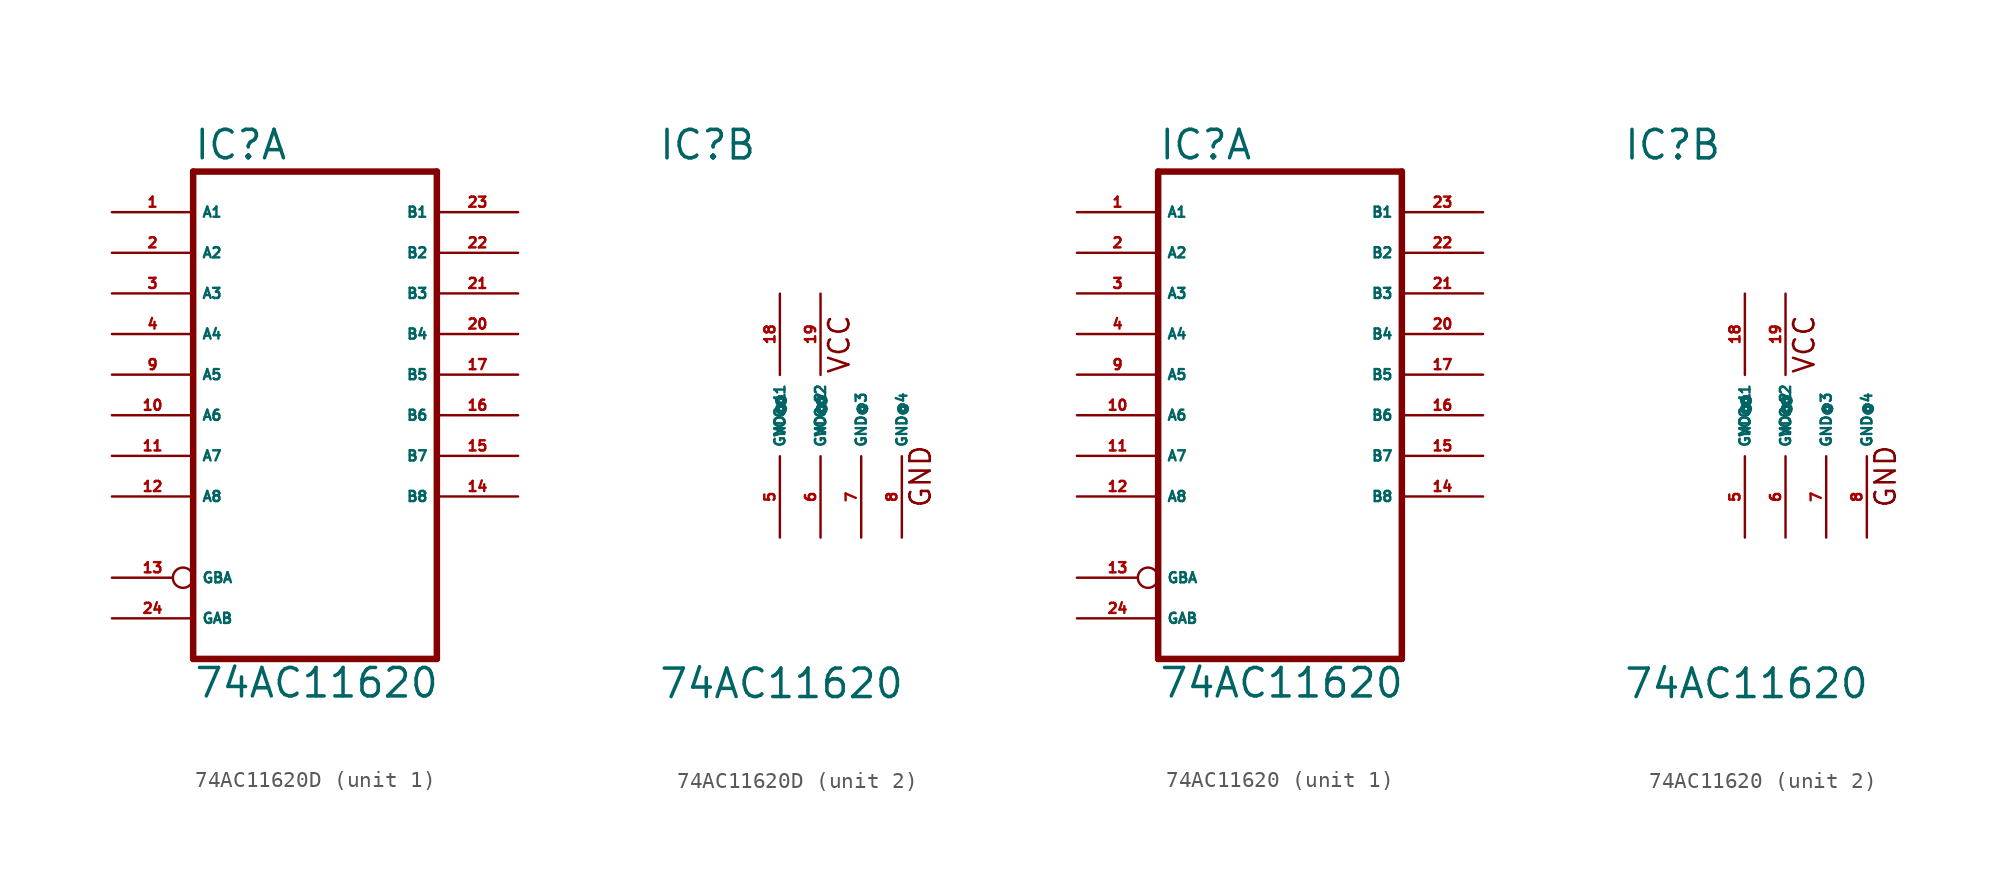
<source format=kicad_sym>
(kicad_symbol_lib
  (version 20220914)
  (generator Eagle2Kicad)
  (symbol "74AC11620D"
    (property "Reference" "IC"
      (at -7.62 15.875 0)
      (effects (font (size 1.778 1.778) (thickness 0.22)) (justify left bottom)))
    (property "Value" "74AC11620"
      (at -7.62 -17.78 0)
      (effects (font (size 1.778 1.778) (thickness 0.22)) (justify left bottom)))
    (symbol "74AC11620D_1_0"
      (polyline (pts (xy -7.62 -15.24) (xy 7.62 -15.24)) (stroke (width 0.406) (type default)) (fill (type none)))
      (polyline (pts (xy 7.62 -15.24) (xy 7.62 15.24)) (stroke (width 0.406) (type default)) (fill (type none)))
      (polyline (pts (xy 7.62 15.24) (xy -7.62 15.24)) (stroke (width 0.406) (type default)) (fill (type none)))
      (polyline (pts (xy -7.62 15.24) (xy -7.62 -15.24)) (stroke (width 0.406) (type default)) (fill (type none)))
      (pin bidirectional line (at -12.7 12.7 0) (length 5.08) (name "A1" (effects (font (size 0.635 0.635) (thickness 0.08)) (justify left bottom))) (number "1" (effects (font (size 0.635 0.635) (thickness 0.08)) (justify left bottom))))
      (pin bidirectional line (at -12.7 10.16 0) (length 5.08) (name "A2" (effects (font (size 0.635 0.635) (thickness 0.08)) (justify left bottom))) (number "2" (effects (font (size 0.635 0.635) (thickness 0.08)) (justify left bottom))))
      (pin bidirectional line (at -12.7 7.62 0) (length 5.08) (name "A3" (effects (font (size 0.635 0.635) (thickness 0.08)) (justify left bottom))) (number "3" (effects (font (size 0.635 0.635) (thickness 0.08)) (justify left bottom))))
      (pin bidirectional line (at -12.7 5.08 0) (length 5.08) (name "A4" (effects (font (size 0.635 0.635) (thickness 0.08)) (justify left bottom))) (number "4" (effects (font (size 0.635 0.635) (thickness 0.08)) (justify left bottom))))
      (pin bidirectional line (at -12.7 2.54 0) (length 5.08) (name "A5" (effects (font (size 0.635 0.635) (thickness 0.08)) (justify left bottom))) (number "9" (effects (font (size 0.635 0.635) (thickness 0.08)) (justify left bottom))))
      (pin bidirectional line (at -12.7 0 0) (length 5.08) (name "A6" (effects (font (size 0.635 0.635) (thickness 0.08)) (justify left bottom))) (number "10" (effects (font (size 0.635 0.635) (thickness 0.08)) (justify left bottom))))
      (pin bidirectional line (at -12.7 -2.54 0) (length 5.08) (name "A7" (effects (font (size 0.635 0.635) (thickness 0.08)) (justify left bottom))) (number "11" (effects (font (size 0.635 0.635) (thickness 0.08)) (justify left bottom))))
      (pin bidirectional line (at -12.7 -5.08 0) (length 5.08) (name "A8" (effects (font (size 0.635 0.635) (thickness 0.08)) (justify left bottom))) (number "12" (effects (font (size 0.635 0.635) (thickness 0.08)) (justify left bottom))))
      (pin input inverted (at -12.7 -10.16 0) (length 5.08) (name "GBA" (effects (font (size 0.635 0.635) (thickness 0.08)) (justify left bottom))) (number "13" (effects (font (size 0.635 0.635) (thickness 0.08)) (justify left bottom))))
      (pin bidirectional line (at 12.7 -5.08 180) (length 5.08) (name "B8" (effects (font (size 0.635 0.635) (thickness 0.08)) (justify left bottom))) (number "14" (effects (font (size 0.635 0.635) (thickness 0.08)) (justify left bottom))))
      (pin bidirectional line (at 12.7 -2.54 180) (length 5.08) (name "B7" (effects (font (size 0.635 0.635) (thickness 0.08)) (justify left bottom))) (number "15" (effects (font (size 0.635 0.635) (thickness 0.08)) (justify left bottom))))
      (pin bidirectional line (at 12.7 0 180) (length 5.08) (name "B6" (effects (font (size 0.635 0.635) (thickness 0.08)) (justify left bottom))) (number "16" (effects (font (size 0.635 0.635) (thickness 0.08)) (justify left bottom))))
      (pin bidirectional line (at 12.7 2.54 180) (length 5.08) (name "B5" (effects (font (size 0.635 0.635) (thickness 0.08)) (justify left bottom))) (number "17" (effects (font (size 0.635 0.635) (thickness 0.08)) (justify left bottom))))
      (pin bidirectional line (at 12.7 5.08 180) (length 5.08) (name "B4" (effects (font (size 0.635 0.635) (thickness 0.08)) (justify left bottom))) (number "20" (effects (font (size 0.635 0.635) (thickness 0.08)) (justify left bottom))))
      (pin bidirectional line (at 12.7 7.62 180) (length 5.08) (name "B3" (effects (font (size 0.635 0.635) (thickness 0.08)) (justify left bottom))) (number "21" (effects (font (size 0.635 0.635) (thickness 0.08)) (justify left bottom))))
      (pin bidirectional line (at 12.7 10.16 180) (length 5.08) (name "B2" (effects (font (size 0.635 0.635) (thickness 0.08)) (justify left bottom))) (number "22" (effects (font (size 0.635 0.635) (thickness 0.08)) (justify left bottom))))
      (pin bidirectional line (at 12.7 12.7 180) (length 5.08) (name "B1" (effects (font (size 0.635 0.635) (thickness 0.08)) (justify left bottom))) (number "23" (effects (font (size 0.635 0.635) (thickness 0.08)) (justify left bottom))))
      (pin input line (at -12.7 -12.7 0) (length 5.08) (name "GAB" (effects (font (size 0.635 0.635) (thickness 0.08)) (justify left bottom))) (number "24" (effects (font (size 0.635 0.635) (thickness 0.08)) (justify left bottom)))))
    (symbol "74AC11620D_2_0"
      (text "VCC" (at 4.445 2.54 900) (effects (font (size 1.27 1.27) (thickness 0.16)) (justify left bottom)))
      (text "GND" (at 9.525 -5.842 900) (effects (font (size 1.27 1.27) (thickness 0.16)) (justify left bottom)))
      (pin unspecified line (at 0 -7.62 90) (length 5.08) (name "GND@1" (effects (font (size 0.635 0.635) (thickness 0.08)) (justify left bottom))) (number "5" (effects (font (size 0.635 0.635) (thickness 0.08)) (justify left bottom))))
      (pin unspecified line (at 2.54 -7.62 90) (length 5.08) (name "GND@2" (effects (font (size 0.635 0.635) (thickness 0.08)) (justify left bottom))) (number "6" (effects (font (size 0.635 0.635) (thickness 0.08)) (justify left bottom))))
      (pin unspecified line (at 5.08 -7.62 90) (length 5.08) (name "GND@3" (effects (font (size 0.635 0.635) (thickness 0.08)) (justify left bottom))) (number "7" (effects (font (size 0.635 0.635) (thickness 0.08)) (justify left bottom))))
      (pin unspecified line (at 7.62 -7.62 90) (length 5.08) (name "GND@4" (effects (font (size 0.635 0.635) (thickness 0.08)) (justify left bottom))) (number "8" (effects (font (size 0.635 0.635) (thickness 0.08)) (justify left bottom))))
      (pin unspecified line (at 0 7.62 270) (length 5.08) (name "VCC@1" (effects (font (size 0.635 0.635) (thickness 0.08)) (justify left bottom))) (number "18" (effects (font (size 0.635 0.635) (thickness 0.08)) (justify left bottom))))
      (pin unspecified line (at 2.54 7.62 270) (length 5.08) (name "VCC@2" (effects (font (size 0.635 0.635) (thickness 0.08)) (justify left bottom))) (number "19" (effects (font (size 0.635 0.635) (thickness 0.08)) (justify left bottom))))))
  (symbol "74AC11620"
    (property "Reference" "IC"
      (at -7.62 15.875 0)
      (effects (font (size 1.778 1.778) (thickness 0.22)) (justify left bottom)))
    (property "Value" "74AC11620"
      (at -7.62 -17.78 0)
      (effects (font (size 1.778 1.778) (thickness 0.22)) (justify left bottom)))
    (symbol "74AC11620_1_0"
      (polyline (pts (xy -7.62 -15.24) (xy 7.62 -15.24)) (stroke (width 0.406) (type default)) (fill (type none)))
      (polyline (pts (xy 7.62 -15.24) (xy 7.62 15.24)) (stroke (width 0.406) (type default)) (fill (type none)))
      (polyline (pts (xy 7.62 15.24) (xy -7.62 15.24)) (stroke (width 0.406) (type default)) (fill (type none)))
      (polyline (pts (xy -7.62 15.24) (xy -7.62 -15.24)) (stroke (width 0.406) (type default)) (fill (type none)))
      (pin bidirectional line (at -12.7 12.7 0) (length 5.08) (name "A1" (effects (font (size 0.635 0.635) (thickness 0.08)) (justify left bottom))) (number "1" (effects (font (size 0.635 0.635) (thickness 0.08)) (justify left bottom))))
      (pin bidirectional line (at -12.7 10.16 0) (length 5.08) (name "A2" (effects (font (size 0.635 0.635) (thickness 0.08)) (justify left bottom))) (number "2" (effects (font (size 0.635 0.635) (thickness 0.08)) (justify left bottom))))
      (pin bidirectional line (at -12.7 7.62 0) (length 5.08) (name "A3" (effects (font (size 0.635 0.635) (thickness 0.08)) (justify left bottom))) (number "3" (effects (font (size 0.635 0.635) (thickness 0.08)) (justify left bottom))))
      (pin bidirectional line (at -12.7 5.08 0) (length 5.08) (name "A4" (effects (font (size 0.635 0.635) (thickness 0.08)) (justify left bottom))) (number "4" (effects (font (size 0.635 0.635) (thickness 0.08)) (justify left bottom))))
      (pin bidirectional line (at -12.7 2.54 0) (length 5.08) (name "A5" (effects (font (size 0.635 0.635) (thickness 0.08)) (justify left bottom))) (number "9" (effects (font (size 0.635 0.635) (thickness 0.08)) (justify left bottom))))
      (pin bidirectional line (at -12.7 0 0) (length 5.08) (name "A6" (effects (font (size 0.635 0.635) (thickness 0.08)) (justify left bottom))) (number "10" (effects (font (size 0.635 0.635) (thickness 0.08)) (justify left bottom))))
      (pin bidirectional line (at -12.7 -2.54 0) (length 5.08) (name "A7" (effects (font (size 0.635 0.635) (thickness 0.08)) (justify left bottom))) (number "11" (effects (font (size 0.635 0.635) (thickness 0.08)) (justify left bottom))))
      (pin bidirectional line (at -12.7 -5.08 0) (length 5.08) (name "A8" (effects (font (size 0.635 0.635) (thickness 0.08)) (justify left bottom))) (number "12" (effects (font (size 0.635 0.635) (thickness 0.08)) (justify left bottom))))
      (pin input inverted (at -12.7 -10.16 0) (length 5.08) (name "GBA" (effects (font (size 0.635 0.635) (thickness 0.08)) (justify left bottom))) (number "13" (effects (font (size 0.635 0.635) (thickness 0.08)) (justify left bottom))))
      (pin bidirectional line (at 12.7 -5.08 180) (length 5.08) (name "B8" (effects (font (size 0.635 0.635) (thickness 0.08)) (justify left bottom))) (number "14" (effects (font (size 0.635 0.635) (thickness 0.08)) (justify left bottom))))
      (pin bidirectional line (at 12.7 -2.54 180) (length 5.08) (name "B7" (effects (font (size 0.635 0.635) (thickness 0.08)) (justify left bottom))) (number "15" (effects (font (size 0.635 0.635) (thickness 0.08)) (justify left bottom))))
      (pin bidirectional line (at 12.7 0 180) (length 5.08) (name "B6" (effects (font (size 0.635 0.635) (thickness 0.08)) (justify left bottom))) (number "16" (effects (font (size 0.635 0.635) (thickness 0.08)) (justify left bottom))))
      (pin bidirectional line (at 12.7 2.54 180) (length 5.08) (name "B5" (effects (font (size 0.635 0.635) (thickness 0.08)) (justify left bottom))) (number "17" (effects (font (size 0.635 0.635) (thickness 0.08)) (justify left bottom))))
      (pin bidirectional line (at 12.7 5.08 180) (length 5.08) (name "B4" (effects (font (size 0.635 0.635) (thickness 0.08)) (justify left bottom))) (number "20" (effects (font (size 0.635 0.635) (thickness 0.08)) (justify left bottom))))
      (pin bidirectional line (at 12.7 7.62 180) (length 5.08) (name "B3" (effects (font (size 0.635 0.635) (thickness 0.08)) (justify left bottom))) (number "21" (effects (font (size 0.635 0.635) (thickness 0.08)) (justify left bottom))))
      (pin bidirectional line (at 12.7 10.16 180) (length 5.08) (name "B2" (effects (font (size 0.635 0.635) (thickness 0.08)) (justify left bottom))) (number "22" (effects (font (size 0.635 0.635) (thickness 0.08)) (justify left bottom))))
      (pin bidirectional line (at 12.7 12.7 180) (length 5.08) (name "B1" (effects (font (size 0.635 0.635) (thickness 0.08)) (justify left bottom))) (number "23" (effects (font (size 0.635 0.635) (thickness 0.08)) (justify left bottom))))
      (pin input line (at -12.7 -12.7 0) (length 5.08) (name "GAB" (effects (font (size 0.635 0.635) (thickness 0.08)) (justify left bottom))) (number "24" (effects (font (size 0.635 0.635) (thickness 0.08)) (justify left bottom)))))
    (symbol "74AC11620_2_0"
      (text "VCC" (at 4.445 2.54 900) (effects (font (size 1.27 1.27) (thickness 0.16)) (justify left bottom)))
      (text "GND" (at 9.525 -5.842 900) (effects (font (size 1.27 1.27) (thickness 0.16)) (justify left bottom)))
      (pin unspecified line (at 0 -7.62 90) (length 5.08) (name "GND@1" (effects (font (size 0.635 0.635) (thickness 0.08)) (justify left bottom))) (number "5" (effects (font (size 0.635 0.635) (thickness 0.08)) (justify left bottom))))
      (pin unspecified line (at 2.54 -7.62 90) (length 5.08) (name "GND@2" (effects (font (size 0.635 0.635) (thickness 0.08)) (justify left bottom))) (number "6" (effects (font (size 0.635 0.635) (thickness 0.08)) (justify left bottom))))
      (pin unspecified line (at 5.08 -7.62 90) (length 5.08) (name "GND@3" (effects (font (size 0.635 0.635) (thickness 0.08)) (justify left bottom))) (number "7" (effects (font (size 0.635 0.635) (thickness 0.08)) (justify left bottom))))
      (pin unspecified line (at 7.62 -7.62 90) (length 5.08) (name "GND@4" (effects (font (size 0.635 0.635) (thickness 0.08)) (justify left bottom))) (number "8" (effects (font (size 0.635 0.635) (thickness 0.08)) (justify left bottom))))
      (pin unspecified line (at 0 7.62 270) (length 5.08) (name "VCC@1" (effects (font (size 0.635 0.635) (thickness 0.08)) (justify left bottom))) (number "18" (effects (font (size 0.635 0.635) (thickness 0.08)) (justify left bottom))))
      (pin unspecified line (at 2.54 7.62 270) (length 5.08) (name "VCC@2" (effects (font (size 0.635 0.635) (thickness 0.08)) (justify left bottom))) (number "19" (effects (font (size 0.635 0.635) (thickness 0.08)) (justify left bottom)))))))
</source>
